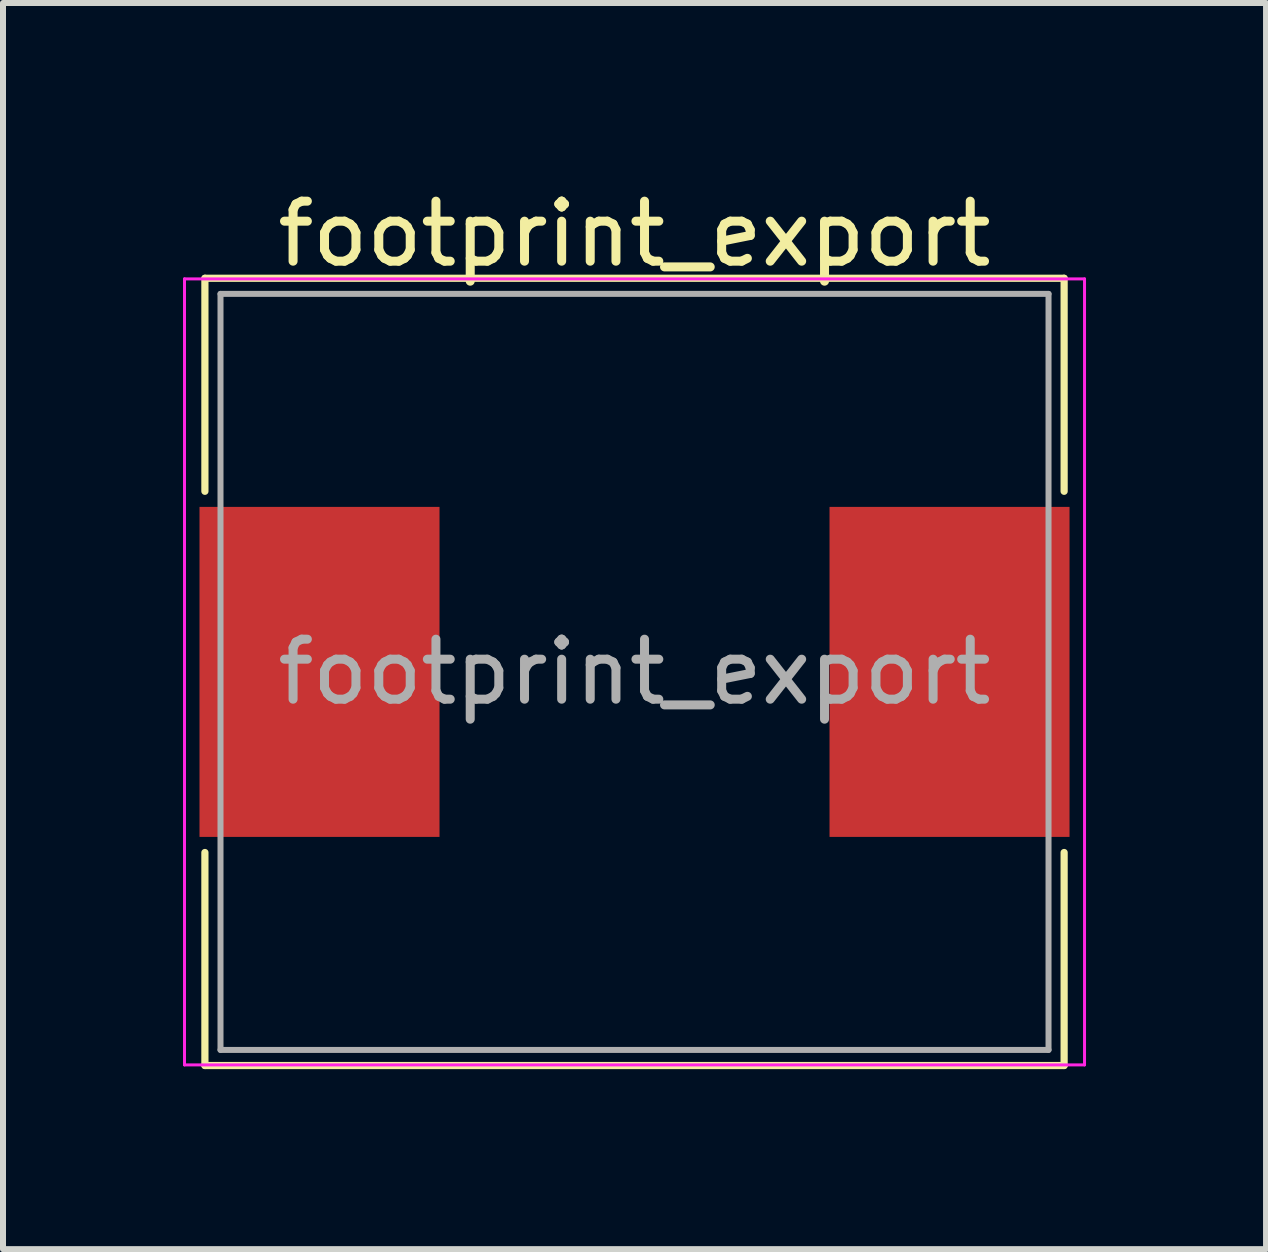
<source format=kicad_pcb>
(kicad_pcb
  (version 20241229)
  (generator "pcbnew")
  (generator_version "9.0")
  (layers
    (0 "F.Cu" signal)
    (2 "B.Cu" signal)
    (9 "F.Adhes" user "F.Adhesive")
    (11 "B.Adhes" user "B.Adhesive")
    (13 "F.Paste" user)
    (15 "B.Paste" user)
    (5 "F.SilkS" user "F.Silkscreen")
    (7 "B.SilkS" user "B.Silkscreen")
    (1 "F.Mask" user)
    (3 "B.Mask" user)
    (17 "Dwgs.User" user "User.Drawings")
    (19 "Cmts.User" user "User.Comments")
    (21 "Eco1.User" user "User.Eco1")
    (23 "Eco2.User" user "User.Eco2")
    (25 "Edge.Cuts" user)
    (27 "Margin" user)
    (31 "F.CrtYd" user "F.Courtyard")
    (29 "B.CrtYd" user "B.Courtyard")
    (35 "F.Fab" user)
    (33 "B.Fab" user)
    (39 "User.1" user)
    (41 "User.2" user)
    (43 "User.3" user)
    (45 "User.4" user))
  (footprint "footprint_export"
    (layer "F.Cu")
    (at 7.525 8.148)
    (property "Reference" "footprint_export" (at 0 -7.3 0) (layer "F.SilkS") (effects (font (size 1 1) (thickness 0.15))))
    (attr smd)
    (fp_line (start -7.16 -6.56) (end -7.16 -3.01) (stroke (width 0.12) (type solid)) (layer "F.SilkS"))
    (fp_line (start -7.16 -6.56) (end 7.16 -6.56) (stroke (width 0.12) (type solid)) (layer "F.SilkS"))
    (fp_line (start -7.16 6.56) (end -7.16 3.01) (stroke (width 0.12) (type solid)) (layer "F.SilkS"))
    (fp_line (start -7.16 6.56) (end 7.16 6.56) (stroke (width 0.12) (type solid)) (layer "F.SilkS"))
    (fp_line (start 7.16 -6.56) (end 7.16 -3.01) (stroke (width 0.12) (type solid)) (layer "F.SilkS"))
    (fp_line (start 7.16 6.56) (end 7.16 3.01) (stroke (width 0.12) (type solid)) (layer "F.SilkS"))
    (fp_line (start -7.5 -6.55) (end -7.5 6.55) (stroke (width 0.05) (type solid)) (layer "F.CrtYd"))
    (fp_line (start -7.5 6.55) (end 7.5 6.55) (stroke (width 0.05) (type solid)) (layer "F.CrtYd"))
    (fp_line (start 7.5 -6.55) (end -7.5 -6.55) (stroke (width 0.05) (type solid)) (layer "F.CrtYd"))
    (fp_line (start 7.5 6.55) (end 7.5 -6.55) (stroke (width 0.05) (type solid)) (layer "F.CrtYd"))
    (fp_line (start -6.9 -6.3) (end -6.9 6.3) (stroke (width 0.1) (type solid)) (layer "F.Fab"))
    (fp_line (start -6.9 6.3) (end 6.9 6.3) (stroke (width 0.1) (type solid)) (layer "F.Fab"))
    (fp_line (start 6.9 -6.3) (end -6.9 -6.3) (stroke (width 0.1) (type solid)) (layer "F.Fab"))
    (fp_line (start 6.9 6.3) (end 6.9 -6.3) (stroke (width 0.1) (type solid)) (layer "F.Fab"))
    (fp_text user "${REFERENCE}" (at 0 0 0) (layer "F.Fab") (effects (font (size 1 1) (thickness 0.15))))
    (pad "1" smd rect (at -5.25 0) (size 4 5.5) (layers "F.Cu" "F.Mask" "F.Paste"))
    (pad "2" smd rect (at 5.25 0) (size 4 5.5) (layers "F.Cu" "F.Mask" "F.Paste")))
  (gr_rect
    (start -3 -3)
    (end 18.05 17.768)
    (stroke (width 0.1) (type default))
    (fill no)
    (layer "Edge.Cuts")))
</source>
